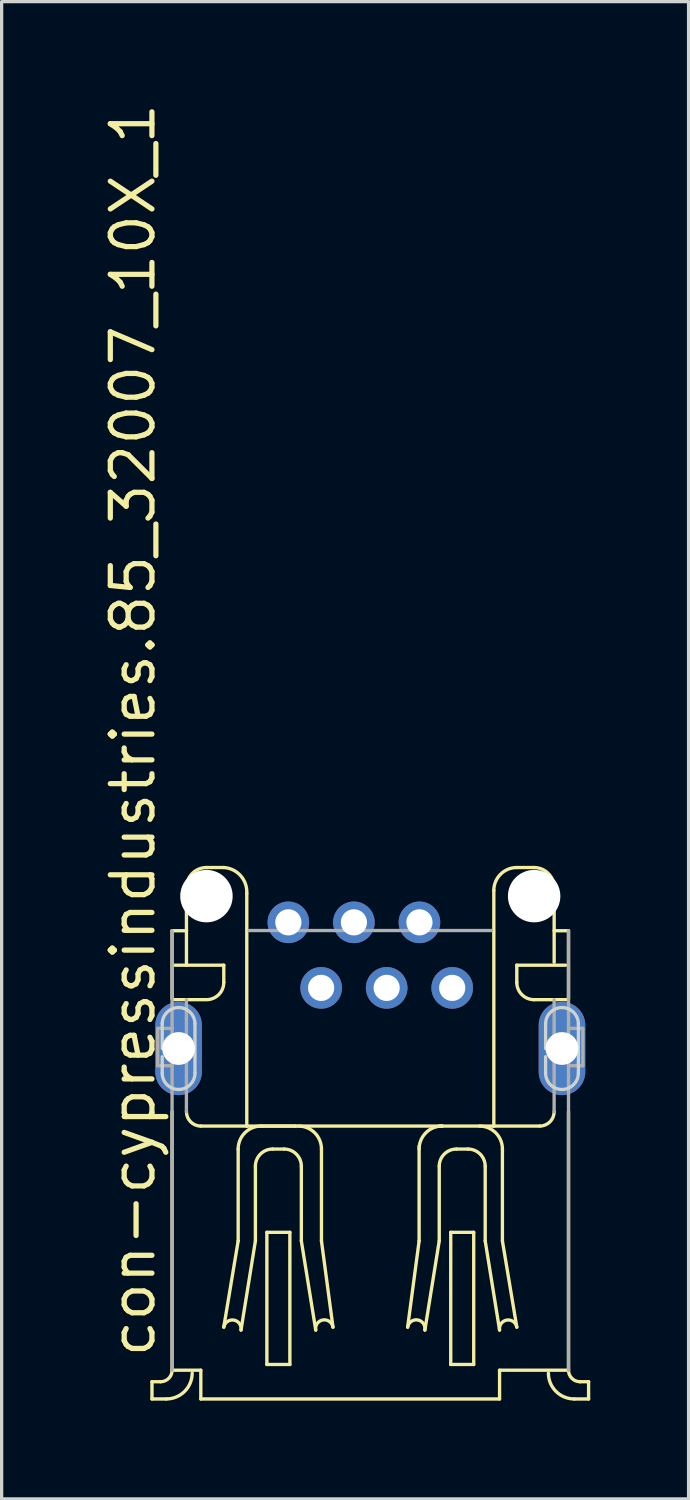
<source format=kicad_pcb>
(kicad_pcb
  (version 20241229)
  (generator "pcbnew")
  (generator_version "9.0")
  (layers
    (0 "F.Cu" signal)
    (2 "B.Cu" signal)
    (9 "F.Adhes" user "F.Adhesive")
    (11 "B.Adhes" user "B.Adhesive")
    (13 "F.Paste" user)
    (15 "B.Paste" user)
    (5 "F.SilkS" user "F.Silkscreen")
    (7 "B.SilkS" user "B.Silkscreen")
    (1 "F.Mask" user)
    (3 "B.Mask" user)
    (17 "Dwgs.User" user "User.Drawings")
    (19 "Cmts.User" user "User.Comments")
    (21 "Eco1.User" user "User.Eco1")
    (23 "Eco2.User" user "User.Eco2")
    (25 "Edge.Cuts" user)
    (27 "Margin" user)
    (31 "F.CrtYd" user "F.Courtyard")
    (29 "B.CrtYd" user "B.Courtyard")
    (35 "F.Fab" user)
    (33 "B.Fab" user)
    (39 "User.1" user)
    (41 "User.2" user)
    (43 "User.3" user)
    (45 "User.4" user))
  (footprint "con-cypressindustries.85_32007_10X_1"
    (layer "F.Cu")
    (at 8.25 28.947)
    (property "Reference" "con-cypressindustries.85_32007_10X_1" (at -6.5 9.5 90) (layer "F.SilkS") (effects (font (size 1.27 1.27) (thickness 0.16)) (justify left bottom)))
    (attr through_hole)
    (fp_line (start -6.662 10.169) (end -6.399 10.169) (stroke (width 0.102) (type default)) (layer "F.SilkS"))
    (fp_line (start -6.662 10.695) (end -6.662 10.169) (stroke (width 0.102) (type default)) (layer "F.SilkS"))
    (fp_line (start -6.662 10.695) (end -6.224 10.695) (stroke (width 0.102) (type default)) (layer "F.SilkS"))
    (fp_line (start -6.049 -3.594) (end -5.61 -3.594) (stroke (width 0.102) (type default)) (layer "F.SilkS"))
    (fp_line (start -6.049 -1.514) (end -6.049 -3.594) (stroke (width 0.102) (type default)) (layer "F.SilkS"))
    (fp_line (start -6.049 9.818) (end -6.049 1.926) (stroke (width 0.102) (type default)) (layer "F.SilkS"))
    (fp_line (start -6.011 -1.49) (end -5.034 -1.49) (stroke (width 0.102) (type default)) (layer "F.SilkS"))
    (fp_line (start -5.61 -3.594) (end -5.61 -4.909) (stroke (width 0.102) (type default)) (layer "F.SilkS"))
    (fp_line (start -5.61 -3.594) (end -5.61 -2.542) (stroke (width 0.102) (type default)) (layer "F.SilkS"))
    (fp_line (start -5.172 9.818) (end -6.049 9.818) (stroke (width 0.102) (type default)) (layer "F.SilkS"))
    (fp_line (start -5.172 9.818) (end -5.172 10.695) (stroke (width 0.102) (type default)) (layer "F.SilkS"))
    (fp_line (start -5.172 10.695) (end 3.945 10.695) (stroke (width 0.102) (type default)) (layer "F.SilkS"))
    (fp_line (start -4.997 -5.523) (end -4.471 -5.523) (stroke (width 0.102) (type default)) (layer "F.SilkS"))
    (fp_line (start -4.471 -2.542) (end -5.961 -2.542) (stroke (width 0.102) (type default)) (layer "F.SilkS"))
    (fp_line (start -4.471 -2.016) (end -4.471 -2.542) (stroke (width 0.102) (type default)) (layer "F.SilkS"))
    (fp_line (start -4.471 8.503) (end -4.032 5.873) (stroke (width 0.102) (type default)) (layer "F.SilkS"))
    (fp_line (start -4.032 5.873) (end -4.032 3.068) (stroke (width 0.102) (type default)) (layer "F.SilkS"))
    (fp_line (start -3.769 -4.734) (end -3.769 2.367) (stroke (width 0.102) (type default)) (layer "F.SilkS"))
    (fp_line (start -3.769 2.367) (end -5.172 2.367) (stroke (width 0.102) (type default)) (layer "F.SilkS"))
    (fp_line (start -3.769 2.367) (end -2.279 2.367) (stroke (width 0.102) (type default)) (layer "F.SilkS"))
    (fp_line (start -3.506 5.873) (end -3.945 8.591) (stroke (width 0.102) (type default)) (layer "F.SilkS"))
    (fp_line (start -3.506 5.873) (end -3.506 3.594) (stroke (width 0.102) (type default)) (layer "F.SilkS"))
    (fp_line (start -3.331 2.367) (end -2.279 2.367) (stroke (width 0.102) (type default)) (layer "F.SilkS"))
    (fp_line (start -3.156 5.61) (end -3.156 9.643) (stroke (width 0.102) (type default)) (layer "F.SilkS"))
    (fp_line (start -3.156 9.643) (end -2.454 9.643) (stroke (width 0.102) (type default)) (layer "F.SilkS"))
    (fp_line (start -2.98 3.068) (end -2.63 3.068) (stroke (width 0.102) (type default)) (layer "F.SilkS"))
    (fp_line (start -2.454 5.61) (end -3.156 5.61) (stroke (width 0.102) (type default)) (layer "F.SilkS"))
    (fp_line (start -2.454 9.643) (end -2.454 5.61) (stroke (width 0.102) (type default)) (layer "F.SilkS"))
    (fp_line (start -2.279 2.367) (end 2.192 2.367) (stroke (width 0.102) (type default)) (layer "F.SilkS"))
    (fp_line (start -2.104 5.873) (end -2.104 3.594) (stroke (width 0.102) (type default)) (layer "F.SilkS"))
    (fp_line (start -2.104 5.873) (end -1.665 8.591) (stroke (width 0.102) (type default)) (layer "F.SilkS"))
    (fp_line (start -1.49 5.873) (end -1.49 3.068) (stroke (width 0.102) (type default)) (layer "F.SilkS"))
    (fp_line (start -1.139 8.503) (end -1.49 5.873) (stroke (width 0.102) (type default)) (layer "F.SilkS"))
    (fp_line (start 1.14 8.503) (end 1.49 5.873) (stroke (width 0.102) (type default)) (layer "F.SilkS"))
    (fp_line (start 1.49 5.873) (end 1.49 2.981) (stroke (width 0.102) (type default)) (layer "F.SilkS"))
    (fp_line (start 2.104 5.873) (end 1.666 8.591) (stroke (width 0.102) (type default)) (layer "F.SilkS"))
    (fp_line (start 2.104 5.873) (end 2.104 3.594) (stroke (width 0.102) (type default)) (layer "F.SilkS"))
    (fp_line (start 2.104 2.367) (end 2.192 2.367) (stroke (width 0.102) (type default)) (layer "F.SilkS"))
    (fp_line (start 2.192 2.367) (end 3.77 2.367) (stroke (width 0.102) (type default)) (layer "F.SilkS"))
    (fp_line (start 2.455 9.643) (end 2.455 5.61) (stroke (width 0.102) (type default)) (layer "F.SilkS"))
    (fp_line (start 2.455 9.643) (end 3.156 9.643) (stroke (width 0.102) (type default)) (layer "F.SilkS"))
    (fp_line (start 2.981 3.068) (end 2.63 3.068) (stroke (width 0.102) (type default)) (layer "F.SilkS"))
    (fp_line (start 3.156 5.61) (end 3.156 9.643) (stroke (width 0.102) (type default)) (layer "F.SilkS"))
    (fp_line (start 3.156 5.61) (end 2.455 5.61) (stroke (width 0.102) (type default)) (layer "F.SilkS"))
    (fp_line (start 3.507 5.873) (end 3.507 3.594) (stroke (width 0.102) (type default)) (layer "F.SilkS"))
    (fp_line (start 3.507 5.873) (end 3.945 8.591) (stroke (width 0.102) (type default)) (layer "F.SilkS"))
    (fp_line (start 3.77 -4.822) (end 3.77 2.367) (stroke (width 0.102) (type default)) (layer "F.SilkS"))
    (fp_line (start 3.77 2.367) (end 5.172 2.367) (stroke (width 0.102) (type default)) (layer "F.SilkS"))
    (fp_line (start 3.945 9.818) (end 6.049 9.818) (stroke (width 0.102) (type default)) (layer "F.SilkS"))
    (fp_line (start 3.945 10.695) (end 3.945 9.818) (stroke (width 0.102) (type default)) (layer "F.SilkS"))
    (fp_line (start 4.032 5.873) (end 4.032 3.068) (stroke (width 0.102) (type default)) (layer "F.SilkS"))
    (fp_line (start 4.471 8.503) (end 4.032 5.873) (stroke (width 0.102) (type default)) (layer "F.SilkS"))
    (fp_line (start 4.471 -2.542) (end 5.961 -2.542) (stroke (width 0.102) (type default)) (layer "F.SilkS"))
    (fp_line (start 4.471 -2.016) (end 4.471 -2.542) (stroke (width 0.102) (type default)) (layer "F.SilkS"))
    (fp_line (start 4.997 -5.523) (end 4.471 -5.523) (stroke (width 0.102) (type default)) (layer "F.SilkS"))
    (fp_line (start 5.611 -2.63) (end 5.611 -4.909) (stroke (width 0.102) (type default)) (layer "F.SilkS"))
    (fp_line (start 6.011 -1.49) (end 4.997 -1.49) (stroke (width 0.102) (type default)) (layer "F.SilkS"))
    (fp_line (start 6.049 -3.594) (end 5.611 -3.594) (stroke (width 0.102) (type default)) (layer "F.SilkS"))
    (fp_line (start 6.049 -3.594) (end 6.049 -1.514) (stroke (width 0.102) (type default)) (layer "F.SilkS"))
    (fp_line (start 6.049 1.926) (end 6.049 9.818) (stroke (width 0.102) (type default)) (layer "F.SilkS"))
    (fp_line (start 6.224 10.695) (end 6.662 10.695) (stroke (width 0.102) (type default)) (layer "F.SilkS"))
    (fp_line (start 6.662 10.169) (end 6.399 10.169) (stroke (width 0.102) (type default)) (layer "F.SilkS"))
    (fp_line (start 6.662 10.695) (end 6.662 10.169) (stroke (width 0.102) (type default)) (layer "F.SilkS"))
    (fp_arc (start -6.0486 9.8181) (mid -6.151288 10.066012) (end -6.3992 10.1687) (stroke (width 0.1016) (type default)) (layer "F.SilkS"))
    (fp_arc (start -5.6103 -4.9091) (mid -5.430522 -5.343022) (end -4.9966 -5.5228) (stroke (width 0.1016) (type default)) (layer "F.SilkS"))
    (fp_arc (start -5.4349 9.9057) (mid -5.665993 10.463607) (end -6.2239 10.6947) (stroke (width 0.1016) (type default)) (layer "F.SilkS"))
    (fp_arc (start -5.1719 2.3668) (mid -5.481896 2.238396) (end -5.6103 1.9284) (stroke (width 0.1016) (type default)) (layer "F.SilkS"))
    (fp_arc (start -4.4707 -5.5228) (mid -3.956663 -5.273594) (end -3.7694 -4.7339) (stroke (width 0.1016) (type default)) (layer "F.SilkS"))
    (fp_arc (start -4.4707 -2.0162) (mid -4.624733 -1.644333) (end -4.9966 -1.4903) (stroke (width 0.1016) (type default)) (layer "F.SilkS"))
    (fp_arc (start -4.4706 8.5032) (mid -4.164049 8.285247) (end -3.9447 8.5908) (stroke (width 0.1016) (type default)) (layer "F.SilkS"))
    (fp_arc (start -4.0323 3.0681) (mid -3.826894 2.572206) (end -3.331 2.3668) (stroke (width 0.1016) (type default)) (layer "F.SilkS"))
    (fp_arc (start -3.5064 3.5941) (mid -3.352338 3.222162) (end -2.9804 3.0681) (stroke (width 0.1016) (type default)) (layer "F.SilkS"))
    (fp_arc (start -2.6298 3.0681) (mid -2.257862 3.222162) (end -2.1038 3.5941) (stroke (width 0.1016) (type default)) (layer "F.SilkS"))
    (fp_arc (start -2.1915 2.3669) (mid -1.695606 2.572306) (end -1.4902 3.0682) (stroke (width 0.1016) (type default)) (layer "F.SilkS"))
    (fp_arc (start -1.6655 8.5908) (mid -1.446101 8.285197) (end -1.1395 8.5032) (stroke (width 0.1016) (type default)) (layer "F.SilkS"))
    (fp_arc (start 1.1397 8.5032) (mid 1.446301 8.285197) (end 1.6657 8.5908) (stroke (width 0.1016) (type default)) (layer "F.SilkS"))
    (fp_arc (start 1.4903 3.0681) (mid 1.695706 2.572206) (end 2.1916 2.3668) (stroke (width 0.1016) (type default)) (layer "F.SilkS"))
    (fp_arc (start 2.104 3.5941) (mid 2.258033 3.222233) (end 2.6299 3.0682) (stroke (width 0.1016) (type default)) (layer "F.SilkS"))
    (fp_arc (start 2.9806 3.0681) (mid 3.352538 3.222162) (end 3.5066 3.5941) (stroke (width 0.1016) (type default)) (layer "F.SilkS"))
    (fp_arc (start 3.3312 2.3668) (mid 3.827094 2.572206) (end 4.0325 3.0681) (stroke (width 0.1016) (type default)) (layer "F.SilkS"))
    (fp_arc (start 3.7696 -4.8215) (mid 3.974947 -5.317453) (end 4.4709 -5.5228) (stroke (width 0.1016) (type default)) (layer "F.SilkS"))
    (fp_arc (start 3.9449 8.5908) (mid 4.164249 8.285247) (end 4.4708 8.5032) (stroke (width 0.1016) (type default)) (layer "F.SilkS"))
    (fp_arc (start 4.9968 -5.5228) (mid 5.430781 -5.343081) (end 5.6105 -4.9091) (stroke (width 0.1016) (type default)) (layer "F.SilkS"))
    (fp_arc (start 4.9968 -1.4903) (mid 4.624933 -1.644333) (end 4.4709 -2.0162) (stroke (width 0.1016) (type default)) (layer "F.SilkS"))
    (fp_arc (start 5.6105 1.9285) (mid 5.482125 2.238425) (end 5.1722 2.3668) (stroke (width 0.1016) (type default)) (layer "F.SilkS"))
    (fp_arc (start 6.2241 10.6947) (mid 5.666193 10.463607) (end 5.4351 9.9057) (stroke (width 0.1016) (type default)) (layer "F.SilkS"))
    (fp_arc (start 6.3994 10.1687) (mid 6.151488 10.066012) (end 6.0488 9.8181) (stroke (width 0.1016) (type default)) (layer "F.SilkS"))
    (fp_line (start -6.35 0) (end -6.35 -0.75) (stroke (width 0.1) (type default)) (layer "Edge.Cuts"))
    (fp_line (start -6.35 0.75) (end -6.35 0.25) (stroke (width 0.1) (type default)) (layer "Edge.Cuts"))
    (fp_line (start -5.35 -0.75) (end -5.35 0.75) (stroke (width 0.1) (type default)) (layer "Edge.Cuts"))
    (fp_line (start 5.35 0) (end 5.35 -0.75) (stroke (width 0.1) (type default)) (layer "Edge.Cuts"))
    (fp_line (start 5.35 0.75) (end 5.35 0.25) (stroke (width 0.1) (type default)) (layer "Edge.Cuts"))
    (fp_line (start 6.35 -0.75) (end 6.35 0.75) (stroke (width 0.1) (type default)) (layer "Edge.Cuts"))
    (fp_arc (start -6.35 -0.75) (mid -6.203553 -1.103553) (end -5.85 -1.25) (stroke (width 0.1) (type default)) (layer "Edge.Cuts"))
    (fp_arc (start -5.85 -1.25) (mid -5.496447 -1.103553) (end -5.35 -0.75) (stroke (width 0.1) (type default)) (layer "Edge.Cuts"))
    (fp_arc (start -5.85 1.25) (mid -6.203553 1.103553) (end -6.35 0.75) (stroke (width 0.1) (type default)) (layer "Edge.Cuts"))
    (fp_arc (start -5.35 0.75) (mid -5.496447 1.103553) (end -5.85 1.25) (stroke (width 0.1) (type default)) (layer "Edge.Cuts"))
    (fp_arc (start 5.35 -0.75) (mid 5.496447 -1.103553) (end 5.85 -1.25) (stroke (width 0.1) (type default)) (layer "Edge.Cuts"))
    (fp_arc (start 5.85 -1.25) (mid 6.203553 -1.103553) (end 6.35 -0.75) (stroke (width 0.1) (type default)) (layer "Edge.Cuts"))
    (fp_arc (start 5.85 1.25) (mid 5.496447 1.103553) (end 5.35 0.75) (stroke (width 0.1) (type default)) (layer "Edge.Cuts"))
    (fp_arc (start 6.35 0.75) (mid 6.203553 1.103553) (end 5.85 1.25) (stroke (width 0.1) (type default)) (layer "Edge.Cuts"))
    (fp_line (start -6.487 -0.614) (end -6.049 -0.614) (stroke (width 0.102) (type default)) (layer "F.Fab"))
    (fp_line (start -6.487 0.526) (end -6.487 -0.614) (stroke (width 0.102) (type default)) (layer "F.Fab"))
    (fp_line (start -6.049 -3.594) (end -6.049 -0.614) (stroke (width 0.102) (type default)) (layer "F.Fab"))
    (fp_line (start -6.049 -0.614) (end -6.049 0.526) (stroke (width 0.102) (type default)) (layer "F.Fab"))
    (fp_line (start -6.049 0.526) (end -6.487 0.526) (stroke (width 0.102) (type default)) (layer "F.Fab"))
    (fp_line (start -6.049 0.526) (end -6.049 9.818) (stroke (width 0.102) (type default)) (layer "F.Fab"))
    (fp_line (start -5.611 1.929) (end -5.611 -1.49) (stroke (width 0.102) (type default)) (layer "F.Fab"))
    (fp_line (start 3.7 -3.6) (end -3.7 -3.6) (stroke (width 0.102) (type default)) (layer "F.Fab"))
    (fp_line (start 5.61 1.928) (end 5.61 -1.49) (stroke (width 0.102) (type default)) (layer "F.Fab"))
    (fp_line (start 6.049 -0.614) (end 6.049 -3.594) (stroke (width 0.102) (type default)) (layer "F.Fab"))
    (fp_line (start 6.049 0.526) (end 6.049 -0.614) (stroke (width 0.102) (type default)) (layer "F.Fab"))
    (fp_line (start 6.049 9.818) (end 6.049 0.526) (stroke (width 0.102) (type default)) (layer "F.Fab"))
    (fp_line (start 6.487 -0.614) (end 6.049 -0.614) (stroke (width 0.102) (type default)) (layer "F.Fab"))
    (fp_line (start 6.487 0.526) (end 6.049 0.526) (stroke (width 0.102) (type default)) (layer "F.Fab"))
    (fp_line (start 6.487 0.526) (end 6.487 -0.614) (stroke (width 0.102) (type default)) (layer "F.Fab"))
    (pad "" np_thru_hole circle (at -5 -4.65) (size 1.6 1.6) (drill 1.6) (layers "*.Cu" "*.Mask"))
    (pad "" np_thru_hole circle (at 5 -4.65) (size 1.6 1.6) (drill 1.6) (layers "*.Cu" "*.Mask"))
    (pad "1" thru_hole circle (at -2.5 -3.85) (size 1.27 1.27) (drill 0.8) (layers "*.Cu" "*.Mask"))
    (pad "2" thru_hole circle (at -1.5 -1.85) (size 1.27 1.27) (drill 0.8) (layers "*.Cu" "*.Mask"))
    (pad "3" thru_hole circle (at -0.5 -3.85) (size 1.27 1.27) (drill 0.8) (layers "*.Cu" "*.Mask"))
    (pad "4" thru_hole circle (at 0.5 -1.85) (size 1.27 1.27) (drill 0.8) (layers "*.Cu" "*.Mask"))
    (pad "5" thru_hole circle (at 1.5 -3.85) (size 1.27 1.27) (drill 0.8) (layers "*.Cu" "*.Mask"))
    (pad "6" thru_hole circle (at 2.5 -1.85) (size 1.27 1.27) (drill 0.8) (layers "*.Cu" "*.Mask"))
    (pad "M1" thru_hole oval (at -5.85 0 90) (size 2.845 1.422) (drill 1) (layers "*.Cu" "*.Mask"))
    (pad "M2" thru_hole oval (at 5.85 0 90) (size 2.845 1.422) (drill 1) (layers "*.Cu" "*.Mask")))
  (gr_rect
    (start -3 -3)
    (end 17.963 42.692)
    (stroke (width 0.1) (type default))
    (fill no)
    (layer "Edge.Cuts")))
</source>
